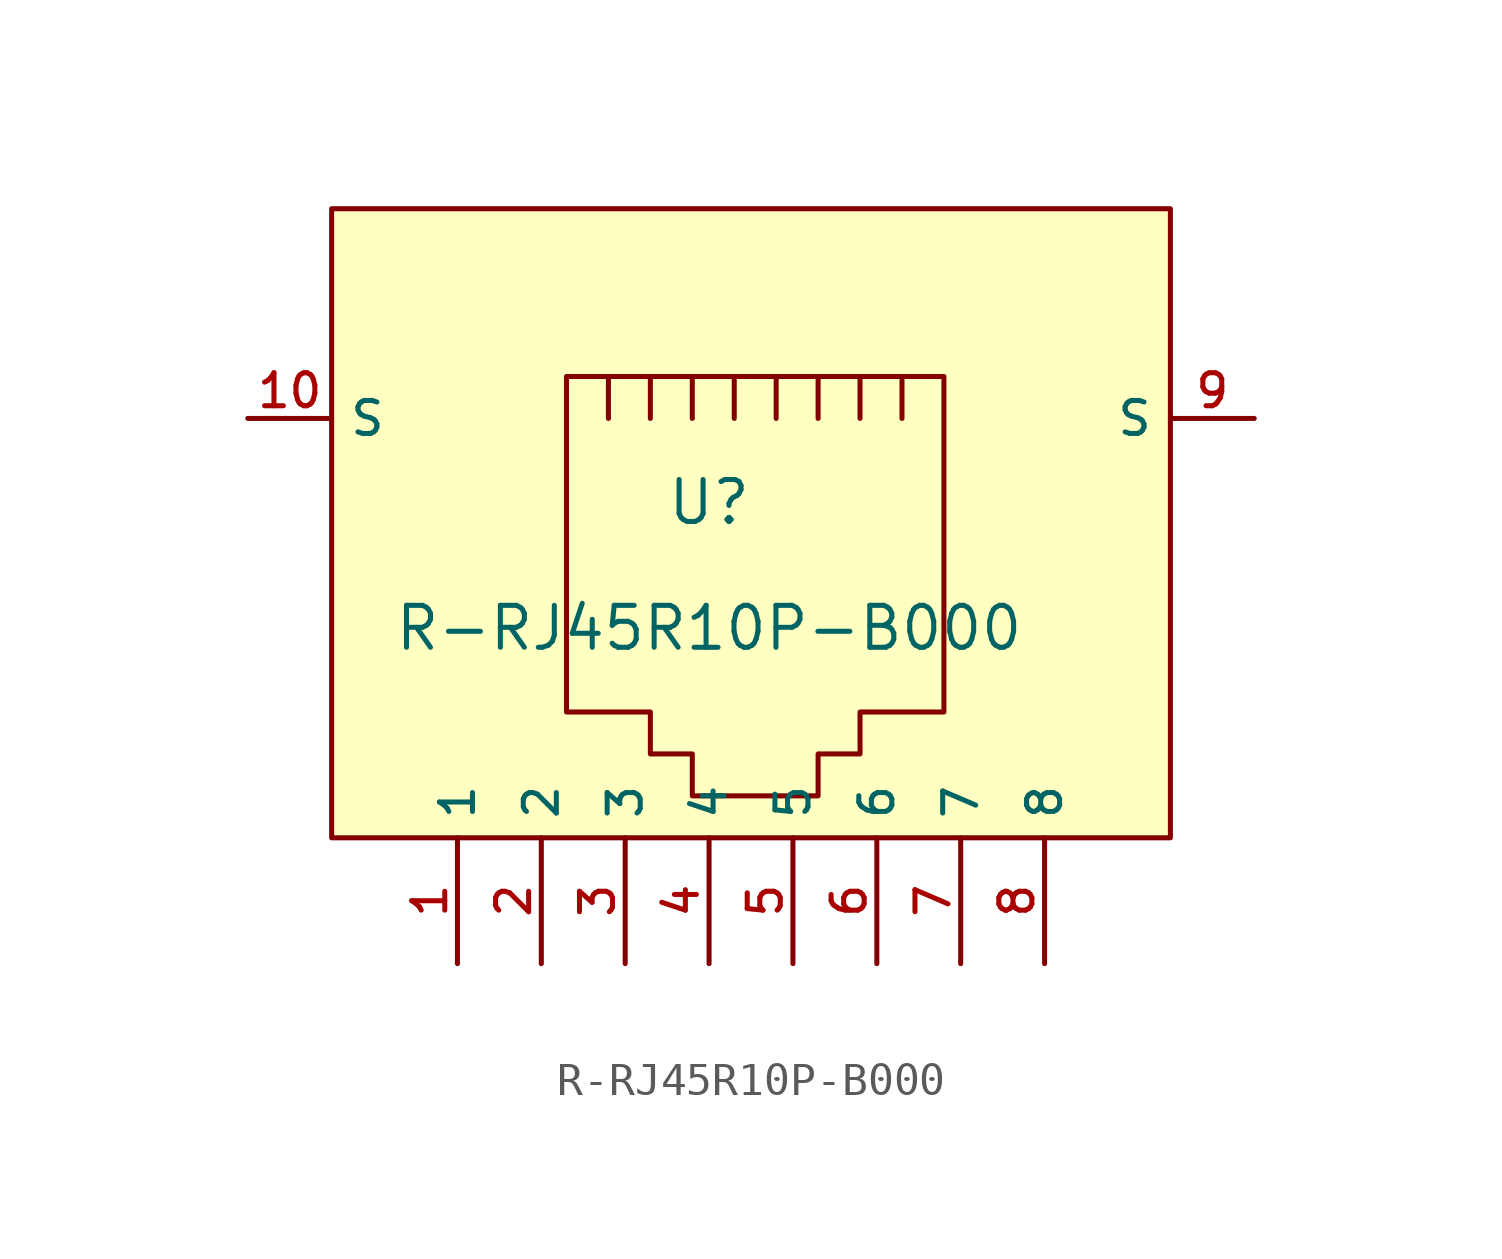
<source format=kicad_sym>
(kicad_symbol_lib
  (version 20210201)
  (generator TousstNicolas/JLC2KiCad_lib)
  (symbol "R-RJ45R10P-B000"
    (property "Reference" "U"
      (at 0 1.27 0)
      (effects (font (size 1.27 1.27))))
    (property "Value" "R-RJ45R10P-B000"
      (at 0 -2.54 0)
      (effects (font (size 1.27 1.27))))
    (symbol "R-RJ45R10P-B000_0_1"
      (rectangle (start -11.43 10.16) (end 13.97 -8.89) (stroke (width 0) (type default) (color 0 0 0 0)) (fill (type background)))
      (polyline (pts (xy -3.048 3.81) (xy -3.048 5.08) (xy -3.048 5.08)) (stroke (width 0) (type default) (color 0 0 0 0)) (fill (type none)))
      (polyline (pts (xy -1.778 5.08) (xy -1.778 3.81) (xy -1.778 3.81)) (stroke (width 0) (type default) (color 0 0 0 0)) (fill (type none)))
      (polyline (pts (xy -0.508 5.08) (xy -0.508 3.81) (xy -0.508 3.81)) (stroke (width 0) (type default) (color 0 0 0 0)) (fill (type none)))
      (polyline (pts (xy 0.762 5.08) (xy 0.762 3.81) (xy 0.762 3.81)) (stroke (width 0) (type default) (color 0 0 0 0)) (fill (type none)))
      (polyline (pts (xy 2.032 5.08) (xy 2.032 3.81) (xy 2.032 3.81)) (stroke (width 0) (type default) (color 0 0 0 0)) (fill (type none)))
      (polyline (pts (xy 3.302 5.08) (xy 3.302 3.81) (xy 3.302 3.81)) (stroke (width 0) (type default) (color 0 0 0 0)) (fill (type none)))
      (polyline (pts (xy 4.572 3.81) (xy 4.572 5.08) (xy 4.572 5.08)) (stroke (width 0) (type default) (color 0 0 0 0)) (fill (type none)))
      (polyline (pts (xy 5.842 3.81) (xy 5.842 5.08) (xy 5.842 5.08)) (stroke (width 0) (type default) (color 0 0 0 0)) (fill (type none)))
      (polyline (pts (xy -4.318 5.08) (xy 7.112 5.08) (xy 7.112 -5.08) (xy 4.572 -5.08) (xy 4.572 -6.35) (xy 3.302 -6.35) (xy 3.302 -7.62) (xy -0.508 -7.62) (xy -0.508 -6.35) (xy -1.778 -6.35) (xy -1.778 -5.08) (xy -4.318 -5.08) (xy -4.318 5.08) (xy -4.318 5.08)) (stroke (width 0) (type default) (color 0 0 0 0)) (fill (type none)))
      (pin unspecified line (at -7.62 -12.7 90) (length 3.81) (name "1" (effects (font (size 1 1)))) (number "1" (effects (font (size 1 1)))))
      (pin unspecified line (at -5.08 -12.7 90) (length 3.81) (name "2" (effects (font (size 1 1)))) (number "2" (effects (font (size 1 1)))))
      (pin unspecified line (at -2.54 -12.7 90) (length 3.81) (name "3" (effects (font (size 1 1)))) (number "3" (effects (font (size 1 1)))))
      (pin unspecified line (at 0.0 -12.7 90) (length 3.81) (name "4" (effects (font (size 1 1)))) (number "4" (effects (font (size 1 1)))))
      (pin unspecified line (at 2.54 -12.7 90) (length 3.81) (name "5" (effects (font (size 1 1)))) (number "5" (effects (font (size 1 1)))))
      (pin unspecified line (at 5.08 -12.7 90) (length 3.81) (name "6" (effects (font (size 1 1)))) (number "6" (effects (font (size 1 1)))))
      (pin unspecified line (at 7.62 -12.7 90) (length 3.81) (name "7" (effects (font (size 1 1)))) (number "7" (effects (font (size 1 1)))))
      (pin unspecified line (at 10.16 -12.7 90) (length 3.81) (name "8" (effects (font (size 1 1)))) (number "8" (effects (font (size 1 1)))))
      (pin unspecified line (at -13.97 3.81 0) (length 2.54) (name "S" (effects (font (size 1 1)))) (number "10" (effects (font (size 1 1)))))
      (pin unspecified line (at 16.51 3.81 180) (length 2.54) (name "S" (effects (font (size 1 1)))) (number "9" (effects (font (size 1 1))))))))
</source>
